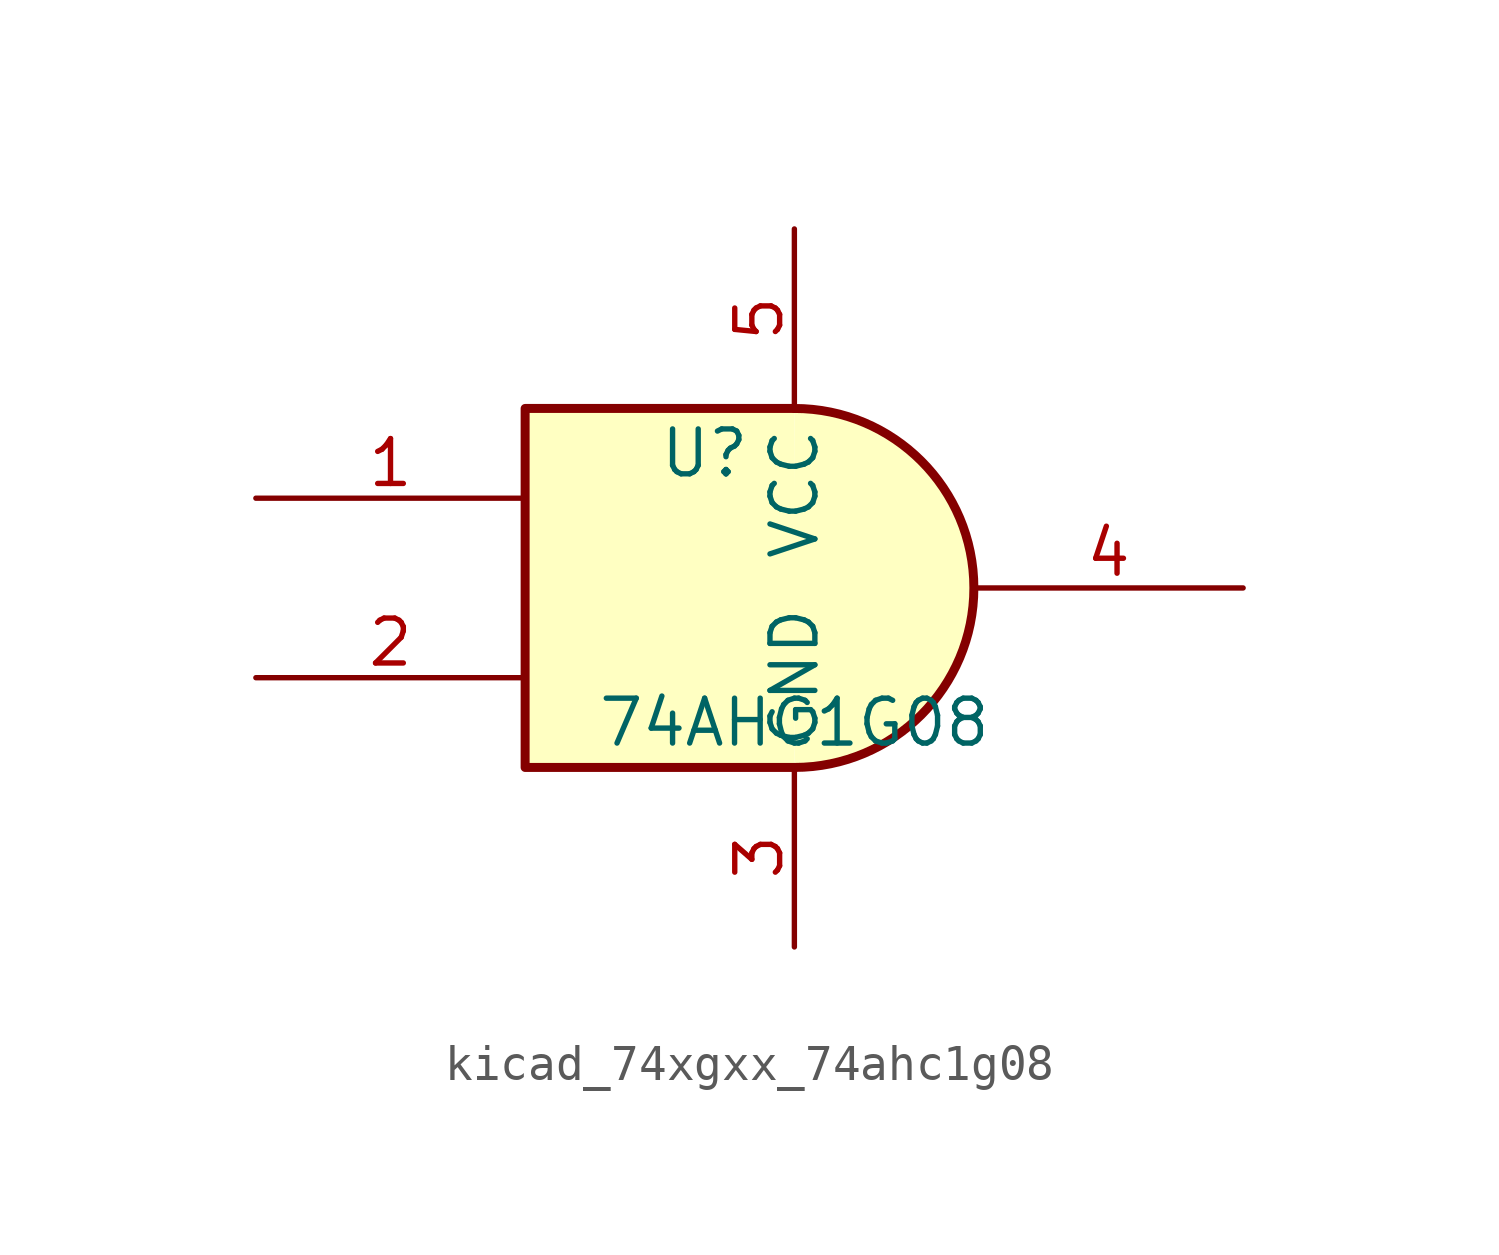
<source format=kicad_sym>
(kicad_symbol_lib
  (version 20220914)
  (generator kicad_symbol_editor)
  (symbol "kicad_74xgxx_74ahc1g08"
    (property "Reference" "U"
      (at -2.54 3.81 0)
      (effects (font (size 1.27 1.27))))
    (property "Value" "74AHC1G08"
      (at 0 -3.81 0)
      (effects (font (size 1.27 1.27))))
    (symbol "kicad_74xgxx_74ahc1g08_0_1"
      (arc (start 0 -5.08) (mid 5.0579 0) (end 0 5.08) (stroke (width 0.254) (type default)) (fill (type background)))
      (polyline (pts (xy 0 -5.08) (xy -7.62 -5.08) (xy -7.62 5.08) (xy 0 5.08)) (stroke (width 0.254) (type default)) (fill (type background))))
    (symbol "kicad_74xgxx_74ahc1g08_1_1"
      (pin input line (at -15.24 2.54 0) (length 7.62) (name "~" (effects (font (size 1.27 1.27)))) (number "1" (effects (font (size 1.27 1.27)))))
      (pin input line (at -15.24 -2.54 0) (length 7.62) (name "~" (effects (font (size 1.27 1.27)))) (number "2" (effects (font (size 1.27 1.27)))))
      (pin power_in line (at 0 -10.16 90) (length 5.08) (name "GND" (effects (font (size 1.27 1.27)))) (number "3" (effects (font (size 1.27 1.27)))))
      (pin output line (at 12.7 0 180) (length 7.62) (name "~" (effects (font (size 1.27 1.27)))) (number "4" (effects (font (size 1.27 1.27)))))
      (pin power_in line (at 0 10.16 270) (length 5.08) (name "VCC" (effects (font (size 1.27 1.27)))) (number "5" (effects (font (size 1.27 1.27))))))))
</source>
